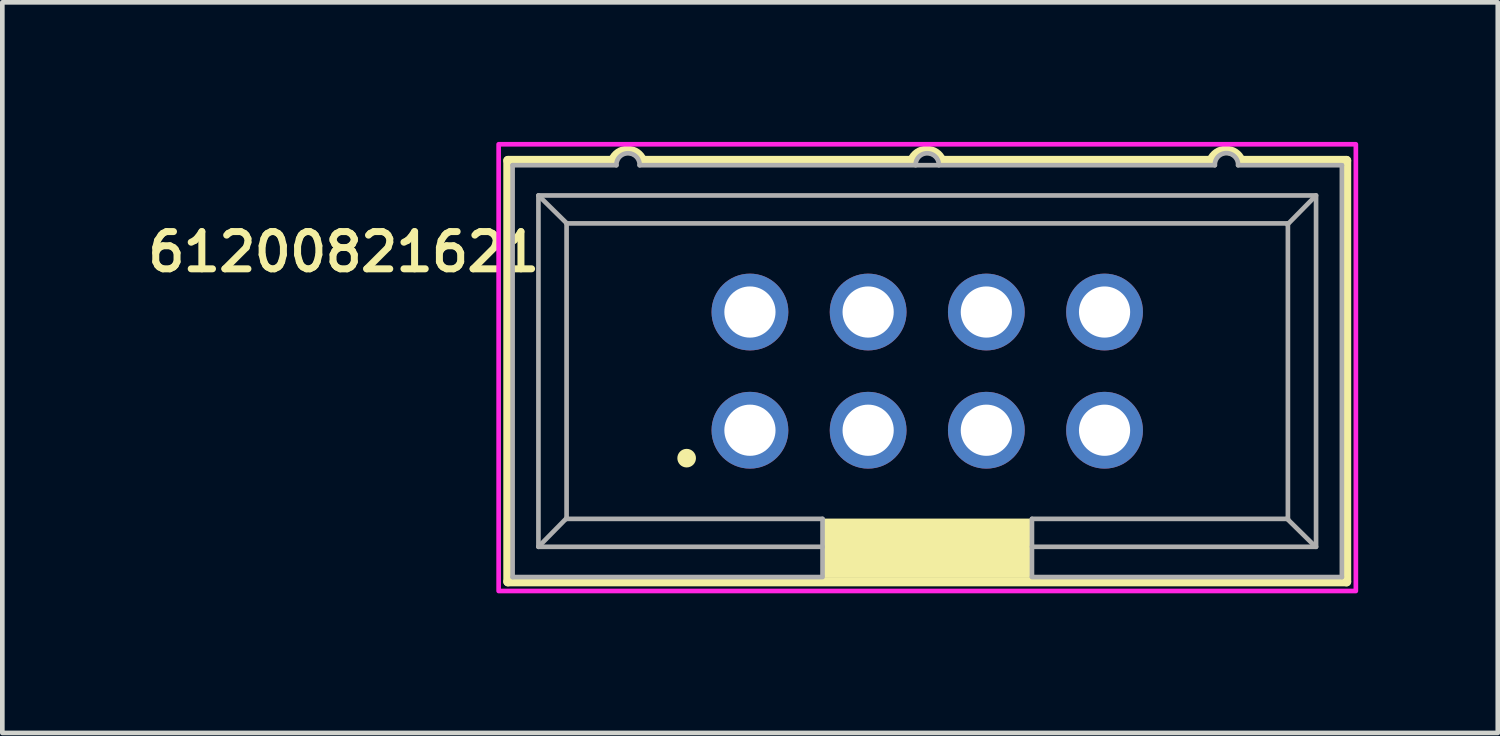
<source format=kicad_pcb>
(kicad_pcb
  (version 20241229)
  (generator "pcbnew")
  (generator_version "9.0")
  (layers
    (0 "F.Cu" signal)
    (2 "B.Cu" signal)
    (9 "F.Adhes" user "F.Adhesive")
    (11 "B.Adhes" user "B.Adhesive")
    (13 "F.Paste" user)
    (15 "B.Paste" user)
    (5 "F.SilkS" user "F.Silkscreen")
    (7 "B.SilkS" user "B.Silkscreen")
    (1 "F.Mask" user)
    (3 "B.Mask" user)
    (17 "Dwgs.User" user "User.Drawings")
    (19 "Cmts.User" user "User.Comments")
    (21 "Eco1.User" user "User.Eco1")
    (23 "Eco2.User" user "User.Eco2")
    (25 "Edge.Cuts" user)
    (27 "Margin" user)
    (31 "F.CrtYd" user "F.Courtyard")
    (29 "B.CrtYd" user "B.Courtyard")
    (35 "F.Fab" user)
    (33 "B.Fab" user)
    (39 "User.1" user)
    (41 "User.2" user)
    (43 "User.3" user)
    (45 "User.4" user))
  (footprint "61200821621"
    (layer "F.Cu")
    (at 16.875 4.925)
    (property "Reference" "61200821621" (at -12.54 -2.561 0) (layer "F.SilkS") (effects (font (size 0.8 0.8) (thickness 0.15))))
    (attr through_hole)
    (fp_line (start -9.01 -4.525) (end -9.01 4.525) (stroke (width 0.2) (type solid)) (layer "F.SilkS"))
    (fp_line (start -9.01 4.525) (end 9.01 4.525) (stroke (width 0.2) (type solid)) (layer "F.SilkS"))
    (fp_line (start -6.76 -4.525) (end -9.01 -4.525) (stroke (width 0.2) (type solid)) (layer "F.SilkS"))
    (fp_line (start -0.33 -4.525) (end -6.12 -4.525) (stroke (width 0.2) (type solid)) (layer "F.SilkS"))
    (fp_line (start 6.1 -4.525) (end 0.31 -4.525) (stroke (width 0.2) (type solid)) (layer "F.SilkS"))
    (fp_line (start 6.74 -4.525) (end 9.01 -4.525) (stroke (width 0.2) (type solid)) (layer "F.SilkS"))
    (fp_line (start 9.01 4.525) (end 9.01 -4.525) (stroke (width 0.2) (type solid)) (layer "F.SilkS"))
    (fp_arc (start -6.76 -4.525) (mid -6.44 -4.743547) (end -6.12 -4.525) (stroke (width 0.2) (type solid)) (layer "F.SilkS"))
    (fp_arc (start -0.33 -4.525) (mid -0.01 -4.743547) (end 0.31 -4.525) (stroke (width 0.2) (type solid)) (layer "F.SilkS"))
    (fp_arc (start 6.1 -4.525) (mid 6.42 -4.743547) (end 6.74 -4.525) (stroke (width 0.2) (type solid)) (layer "F.SilkS"))
    (fp_circle (center -5.17 1.87) (end -5.07 1.87) (stroke (width 0.2) (type solid)) (fill no) (layer "F.SilkS"))
    (fp_poly (pts (xy -2.25 3.175) (xy 2.25 3.175) (xy 2.25 4.425) (xy -2.25 4.425)) (stroke (width 0.01) (type solid)) (fill yes) (layer "F.SilkS"))
    (fp_poly (pts (xy -9.21 -4.875) (xy 9.21 -4.875) (xy 9.21 4.725) (xy -9.21 4.725)) (stroke (width 0.1) (type solid)) (fill no) (layer "F.CrtYd"))
    (fp_line (start -8.91 -4.425) (end -6.68 -4.425) (stroke (width 0.1) (type solid)) (layer "F.Fab"))
    (fp_line (start -8.91 4.425) (end -8.91 -4.425) (stroke (width 0.1) (type solid)) (layer "F.Fab"))
    (fp_line (start -8.355 -3.775) (end 8.355 -3.775) (stroke (width 0.1) (type solid)) (layer "F.Fab"))
    (fp_line (start -8.355 3.775) (end -8.355 -3.775) (stroke (width 0.1) (type solid)) (layer "F.Fab"))
    (fp_line (start -7.75 -3.175) (end 7.75 -3.175) (stroke (width 0.1) (type solid)) (layer "F.Fab"))
    (fp_line (start -7.75 3.16) (end -8.35 3.77) (stroke (width 0.1) (type solid)) (layer "F.Fab"))
    (fp_line (start -7.75 3.16) (end -7.75 -3.175) (stroke (width 0.1) (type solid)) (layer "F.Fab"))
    (fp_line (start -7.75 3.175) (end -7.75 3.16) (stroke (width 0.1) (type solid)) (layer "F.Fab"))
    (fp_line (start -7.74 -3.17) (end -8.35 -3.77) (stroke (width 0.1) (type solid)) (layer "F.Fab"))
    (fp_line (start -6.18 -4.425) (end 6.18 -4.425) (stroke (width 0.1) (type solid)) (layer "F.Fab"))
    (fp_line (start -2.25 3.175) (end -7.75 3.175) (stroke (width 0.1) (type solid)) (layer "F.Fab"))
    (fp_line (start -2.25 3.175) (end -2.25 3.775) (stroke (width 0.1) (type solid)) (layer "F.Fab"))
    (fp_line (start -2.25 3.775) (end -8.355 3.775) (stroke (width 0.1) (type solid)) (layer "F.Fab"))
    (fp_line (start -2.25 3.795) (end -2.25 4.395) (stroke (width 0.1) (type solid)) (layer "F.Fab"))
    (fp_line (start -2.25 4.425) (end -8.91 4.425) (stroke (width 0.1) (type solid)) (layer "F.Fab"))
    (fp_line (start 2.25 3.175) (end 2.25 3.775) (stroke (width 0.1) (type solid)) (layer "F.Fab"))
    (fp_line (start 2.25 3.815) (end 2.25 4.415) (stroke (width 0.1) (type solid)) (layer "F.Fab"))
    (fp_line (start 6.68 -4.425) (end 8.91 -4.425) (stroke (width 0.1) (type solid)) (layer "F.Fab"))
    (fp_line (start 7.73 3.17) (end 8.34 3.77) (stroke (width 0.1) (type solid)) (layer "F.Fab"))
    (fp_line (start 7.74 -3.15) (end 8.34 -3.76) (stroke (width 0.1) (type solid)) (layer "F.Fab"))
    (fp_line (start 7.75 -3.175) (end 7.75 3.175) (stroke (width 0.1) (type solid)) (layer "F.Fab"))
    (fp_line (start 7.75 3.175) (end 2.25 3.175) (stroke (width 0.1) (type solid)) (layer "F.Fab"))
    (fp_line (start 8.355 -3.775) (end 8.355 3.775) (stroke (width 0.1) (type solid)) (layer "F.Fab"))
    (fp_line (start 8.355 3.775) (end 2.25 3.775) (stroke (width 0.1) (type solid)) (layer "F.Fab"))
    (fp_line (start 8.91 -4.425) (end 8.91 4.425) (stroke (width 0.1) (type solid)) (layer "F.Fab"))
    (fp_line (start 8.91 4.425) (end 2.25 4.425) (stroke (width 0.1) (type solid)) (layer "F.Fab"))
    (fp_arc (start -6.68 -4.425) (mid -6.43 -4.680051) (end -6.18 -4.425) (stroke (width 0.1) (type solid)) (layer "F.Fab"))
    (fp_arc (start -0.25 -4.425) (mid 0 -4.680051) (end 0.25 -4.425) (stroke (width 0.1) (type solid)) (layer "F.Fab"))
    (fp_arc (start 6.18 -4.425) (mid 6.43 -4.685195) (end 6.68 -4.425) (stroke (width 0.1) (type solid)) (layer "F.Fab"))
    (pad "1" thru_hole circle (at -3.81 1.27) (size 1.65 1.65) (drill 1.1) (layers "*.Cu" "*.Mask"))
    (pad "2" thru_hole circle (at -3.81 -1.27) (size 1.65 1.65) (drill 1.1) (layers "*.Cu" "*.Mask"))
    (pad "3" thru_hole circle (at -1.27 1.27) (size 1.65 1.65) (drill 1.1) (layers "*.Cu" "*.Mask"))
    (pad "4" thru_hole circle (at -1.27 -1.27) (size 1.65 1.65) (drill 1.1) (layers "*.Cu" "*.Mask"))
    (pad "5" thru_hole circle (at 1.27 1.27) (size 1.65 1.65) (drill 1.1) (layers "*.Cu" "*.Mask"))
    (pad "6" thru_hole circle (at 1.27 -1.27) (size 1.65 1.65) (drill 1.1) (layers "*.Cu" "*.Mask"))
    (pad "7" thru_hole circle (at 3.81 1.27) (size 1.65 1.65) (drill 1.1) (layers "*.Cu" "*.Mask"))
    (pad "8" thru_hole circle (at 3.81 -1.27) (size 1.65 1.65) (drill 1.1) (layers "*.Cu" "*.Mask")))
  (gr_rect
    (start -3 -3)
    (end 29.135 12.7)
    (stroke (width 0.1) (type default))
    (fill no)
    (layer "Edge.Cuts")))
</source>
